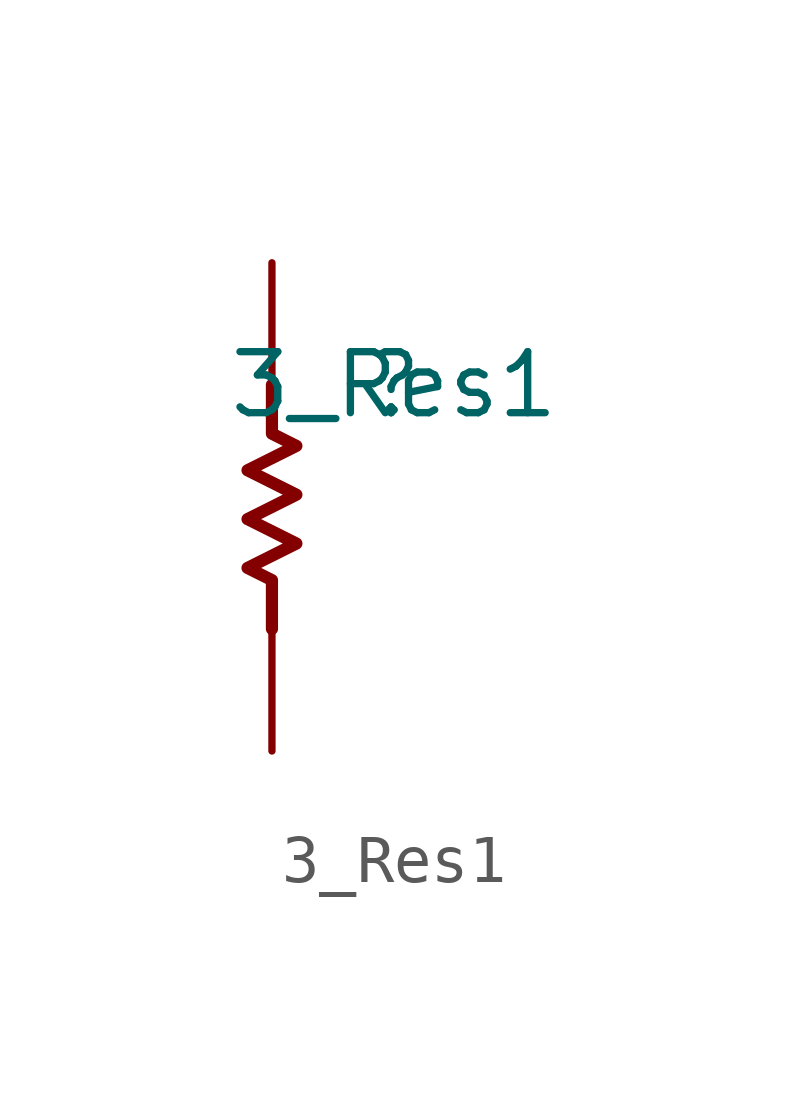
<source format=kicad_sym>
(kicad_symbol_lib
  (version 20211014)
  (generator kicad_symbol_editor)
  (symbol "3_Res1"
    (property "Reference" ""
      (at 0 0 0)
      (effects (font (size 1.27 1.27))))
    (property "Value" "3_Res1"
      (at 0 0 0)
      (effects (font (size 1.27 1.27))))
    (symbol "3_Res1_1_0"
      (polyline (pts (xy -2.54 -5.08) (xy -2.54 -4.064) (xy -3.048 -3.81) (xy -2.032 -3.302) (xy -3.048 -2.794) (xy -2.032 -2.286) (xy -3.048 -1.778) (xy -2.032 -1.27) (xy -2.54 -1.016) (xy -2.54 0)) (stroke (width 0.254) (type default) (color 0 0 0 0)) (fill (type none)))
      (pin passive line (at -2.54 2.54 270) (length 2.54) (name "1" (effects (font (size 0 0)))) (number "1" (effects (font (size 0 0)))))
      (pin passive line (at -2.54 -7.62 90) (length 2.54) (name "2" (effects (font (size 0 0)))) (number "2" (effects (font (size 0 0))))))))
</source>
